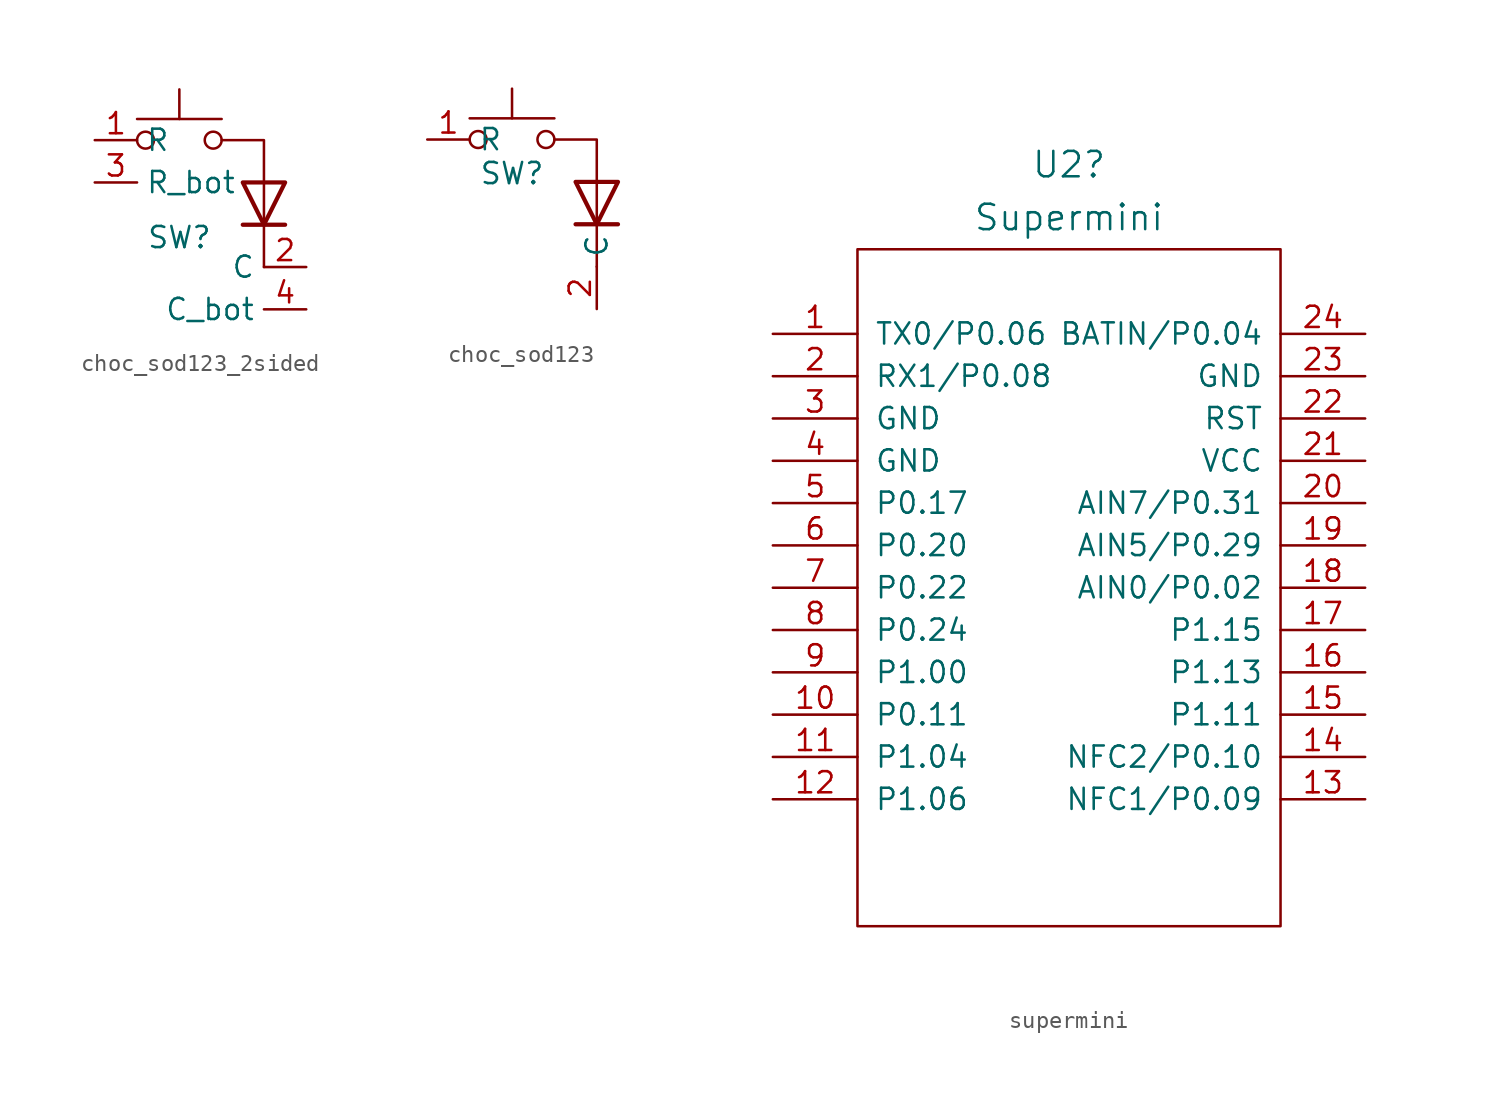
<source format=kicad_sym>
(kicad_symbol_lib
  (version 20231120)
  (generator "kicad_symbol_editor")
  (generator_version "8.0")
  (symbol "choc_sod123_2sided"
    (property "Reference" "SW"
      (at 0 -5.842 0)
      (effects (font (size 1.27 1.27))))
    (property "Value" ""
      (at 0 0 0)
      (effects (font (size 1.27 1.27))))
    (symbol "choc_sod123_2sided_0_1"
      (circle (center -2.032 0) (radius 0.508) (stroke (width 0) (type default)) (fill (type none)))
      (polyline (pts (xy 0 1.27) (xy 0 3.048)) (stroke (width 0) (type default)) (fill (type none)))
      (polyline (pts (xy 2.54 1.27) (xy -2.54 1.27)) (stroke (width 0) (type default)) (fill (type none)))
      (polyline (pts (xy 3.81 -5.08) (xy 6.35 -5.08)) (stroke (width 0.254) (type default)) (fill (type none)))
      (polyline (pts (xy 5.08 -7.62) (xy 5.08 -5.08)) (stroke (width 0) (type default)) (fill (type none)))
      (polyline (pts (xy 5.08 -2.54) (xy 5.08 -5.08)) (stroke (width 0) (type default)) (fill (type none)))
      (polyline (pts (xy 2.54 0) (xy 5.08 0) (xy 5.08 -2.54)) (stroke (width 0) (type default)) (fill (type none)))
      (polyline (pts (xy 3.81 -2.54) (xy 6.35 -2.54) (xy 5.08 -5.08) (xy 3.81 -2.54)) (stroke (width 0.254) (type default)) (fill (type none)))
      (circle (center 2.032 0) (radius 0.508) (stroke (width 0) (type default)) (fill (type none))))
    (symbol "choc_sod123_2sided_1_1"
      (pin passive line (at -5.08 0 0) (length 2.54) (name "R" (effects (font (size 1.27 1.27)))) (number "1" (effects (font (size 1.27 1.27)))))
      (pin passive line (at 7.62 -7.62 180) (length 2.54) (name "C" (effects (font (size 1.27 1.27)))) (number "2" (effects (font (size 1.27 1.27)))))
      (pin passive line (at -5.08 -2.54 0) (length 2.54) (name "R_bot" (effects (font (size 1.27 1.27)))) (number "3" (effects (font (size 1.27 1.27)))))
      (pin passive line (at 7.62 -10.16 180) (length 2.54) (name "C_bot" (effects (font (size 1.27 1.27)))) (number "4" (effects (font (size 1.27 1.27)))))))
  (symbol "choc_sod123"
    (property "Reference" "SW"
      (at 0 -2.032 0)
      (effects (font (size 1.27 1.27))))
    (property "Value" ""
      (at 0 0 0)
      (effects (font (size 1.27 1.27))))
    (symbol "choc_sod123_0_1"
      (circle (center -2.032 0) (radius 0.508) (stroke (width 0) (type default)) (fill (type none)))
      (polyline (pts (xy 0 1.27) (xy 0 3.048)) (stroke (width 0) (type default)) (fill (type none)))
      (polyline (pts (xy 2.54 1.27) (xy -2.54 1.27)) (stroke (width 0) (type default)) (fill (type none)))
      (polyline (pts (xy 3.81 -5.08) (xy 6.35 -5.08)) (stroke (width 0.254) (type default)) (fill (type none)))
      (polyline (pts (xy 5.08 -7.62) (xy 5.08 -5.08)) (stroke (width 0) (type default)) (fill (type none)))
      (polyline (pts (xy 5.08 -2.54) (xy 5.08 -5.08)) (stroke (width 0) (type default)) (fill (type none)))
      (polyline (pts (xy 2.54 0) (xy 5.08 0) (xy 5.08 -2.54)) (stroke (width 0) (type default)) (fill (type none)))
      (polyline (pts (xy 3.81 -2.54) (xy 6.35 -2.54) (xy 5.08 -5.08) (xy 3.81 -2.54)) (stroke (width 0.254) (type default)) (fill (type none)))
      (circle (center 2.032 0) (radius 0.508) (stroke (width 0) (type default)) (fill (type none))))
    (symbol "choc_sod123_1_1"
      (pin passive line (at -5.08 0 0) (length 2.54) (name "R" (effects (font (size 1.27 1.27)))) (number "1" (effects (font (size 1.27 1.27)))))
      (pin passive line (at 5.08 -10.16 90) (length 2.54) (name "C" (effects (font (size 1.27 1.27)))) (number "2" (effects (font (size 1.27 1.27)))))))
  (symbol "supermini"
    (pin_names
      (offset 1.016))
    (property "Reference" "U2"
      (at 0 24.13 0)
      (effects (font (size 1.524 1.524))))
    (property "Value" "Supermini"
      (at 0 20.955 0)
      (effects (font (size 1.524 1.524))))
    (symbol "supermini_0_1"
      (rectangle (start -12.7 -21.59) (end 12.7 19.05) (stroke (width 0) (type default)) (fill (type none))))
    (symbol "supermini_1_1"
      (pin input line (at -17.78 13.97 0) (length 5.08) (name "TX0/P0.06" (effects (font (size 1.27 1.27)))) (number "1" (effects (font (size 1.27 1.27)))))
      (pin input line (at -17.78 -8.89 0) (length 5.08) (name "P0.11" (effects (font (size 1.27 1.27)))) (number "10" (effects (font (size 1.27 1.27)))))
      (pin input line (at -17.78 -11.43 0) (length 5.08) (name "P1.04" (effects (font (size 1.27 1.27)))) (number "11" (effects (font (size 1.27 1.27)))))
      (pin input line (at -17.78 -13.97 0) (length 5.08) (name "P1.06" (effects (font (size 1.27 1.27)))) (number "12" (effects (font (size 1.27 1.27)))))
      (pin input line (at 17.78 -13.97 180) (length 5.08) (name "NFC1/P0.09" (effects (font (size 1.27 1.27)))) (number "13" (effects (font (size 1.27 1.27)))))
      (pin input line (at 17.78 -11.43 180) (length 5.08) (name "NFC2/P0.10" (effects (font (size 1.27 1.27)))) (number "14" (effects (font (size 1.27 1.27)))))
      (pin input line (at 17.78 -8.89 180) (length 5.08) (name "P1.11" (effects (font (size 1.27 1.27)))) (number "15" (effects (font (size 1.27 1.27)))))
      (pin input line (at 17.78 -6.35 180) (length 5.08) (name "P1.13" (effects (font (size 1.27 1.27)))) (number "16" (effects (font (size 1.27 1.27)))))
      (pin input line (at 17.78 -3.81 180) (length 5.08) (name "P1.15" (effects (font (size 1.27 1.27)))) (number "17" (effects (font (size 1.27 1.27)))))
      (pin input line (at 17.78 -1.27 180) (length 5.08) (name "AIN0/P0.02" (effects (font (size 1.27 1.27)))) (number "18" (effects (font (size 1.27 1.27)))))
      (pin input line (at 17.78 1.27 180) (length 5.08) (name "AIN5/P0.29" (effects (font (size 1.27 1.27)))) (number "19" (effects (font (size 1.27 1.27)))))
      (pin input line (at -17.78 11.43 0) (length 5.08) (name "RX1/P0.08" (effects (font (size 1.27 1.27)))) (number "2" (effects (font (size 1.27 1.27)))))
      (pin input line (at 17.78 3.81 180) (length 5.08) (name "AIN7/P0.31" (effects (font (size 1.27 1.27)))) (number "20" (effects (font (size 1.27 1.27)))))
      (pin input line (at 17.78 6.35 180) (length 5.08) (name "VCC" (effects (font (size 1.27 1.27)))) (number "21" (effects (font (size 1.27 1.27)))))
      (pin input line (at 17.78 8.89 180) (length 5.08) (name "RST" (effects (font (size 1.27 1.27)))) (number "22" (effects (font (size 1.27 1.27)))))
      (pin input line (at 17.78 11.43 180) (length 5.08) (name "GND" (effects (font (size 1.27 1.27)))) (number "23" (effects (font (size 1.27 1.27)))))
      (pin input line (at 17.78 13.97 180) (length 5.08) (name "BATIN/P0.04" (effects (font (size 1.27 1.27)))) (number "24" (effects (font (size 1.27 1.27)))))
      (pin input line (at -17.78 8.89 0) (length 5.08) (name "GND" (effects (font (size 1.27 1.27)))) (number "3" (effects (font (size 1.27 1.27)))))
      (pin input line (at -17.78 6.35 0) (length 5.08) (name "GND" (effects (font (size 1.27 1.27)))) (number "4" (effects (font (size 1.27 1.27)))))
      (pin input line (at -17.78 3.81 0) (length 5.08) (name "P0.17" (effects (font (size 1.27 1.27)))) (number "5" (effects (font (size 1.27 1.27)))))
      (pin input line (at -17.78 1.27 0) (length 5.08) (name "P0.20" (effects (font (size 1.27 1.27)))) (number "6" (effects (font (size 1.27 1.27)))))
      (pin input line (at -17.78 -1.27 0) (length 5.08) (name "P0.22" (effects (font (size 1.27 1.27)))) (number "7" (effects (font (size 1.27 1.27)))))
      (pin input line (at -17.78 -3.81 0) (length 5.08) (name "P0.24" (effects (font (size 1.27 1.27)))) (number "8" (effects (font (size 1.27 1.27)))))
      (pin input line (at -17.78 -6.35 0) (length 5.08) (name "P1.00" (effects (font (size 1.27 1.27)))) (number "9" (effects (font (size 1.27 1.27))))))))
</source>
